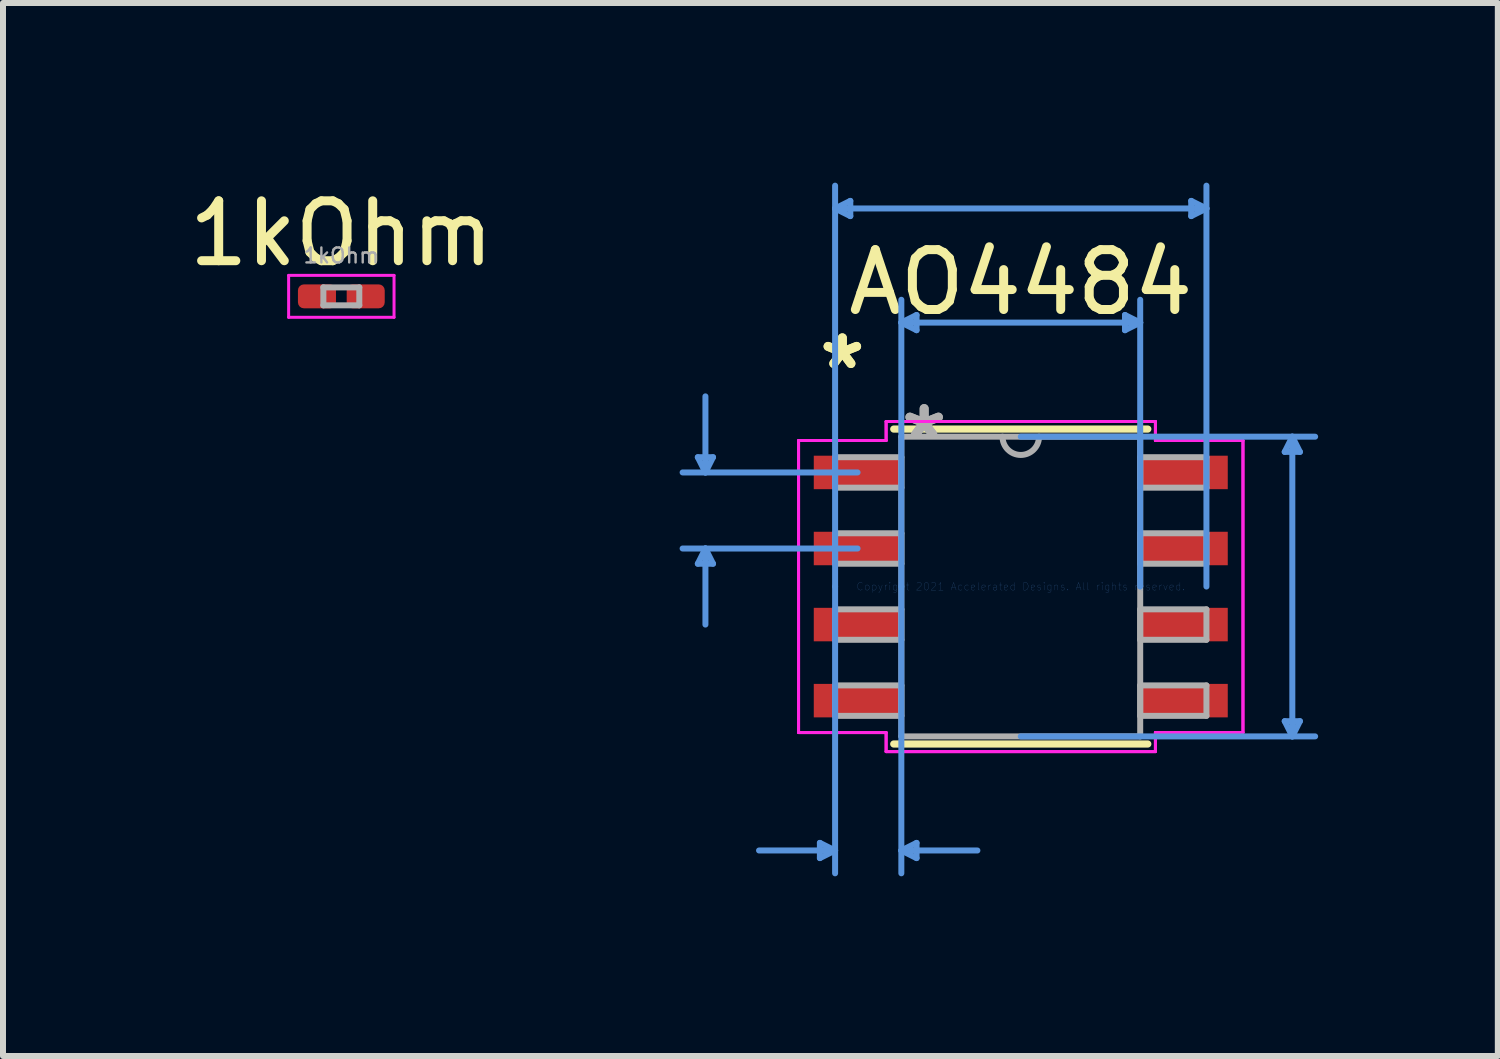
<source format=kicad_pcb>
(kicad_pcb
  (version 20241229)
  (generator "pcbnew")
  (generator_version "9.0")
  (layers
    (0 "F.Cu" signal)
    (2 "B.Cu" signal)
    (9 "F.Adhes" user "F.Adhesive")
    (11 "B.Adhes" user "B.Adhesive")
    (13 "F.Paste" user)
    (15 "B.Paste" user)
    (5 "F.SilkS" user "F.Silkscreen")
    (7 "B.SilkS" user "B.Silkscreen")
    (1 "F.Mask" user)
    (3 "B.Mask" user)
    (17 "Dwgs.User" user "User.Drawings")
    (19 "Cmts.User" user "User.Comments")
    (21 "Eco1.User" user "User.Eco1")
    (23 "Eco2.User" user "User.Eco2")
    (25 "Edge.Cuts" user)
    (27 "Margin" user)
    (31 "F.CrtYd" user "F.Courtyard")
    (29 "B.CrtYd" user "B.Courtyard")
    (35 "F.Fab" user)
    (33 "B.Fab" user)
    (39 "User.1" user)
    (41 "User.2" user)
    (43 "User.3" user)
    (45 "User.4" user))
  (footprint "AO4484"
    (layer "F.Cu")
    (at 13.993 6.743)
    (property "Reference" "AO4484" (at 0 -5.08 0) (layer "F.SilkS") (effects (font (size 1 1) (thickness 0.15))))
    (attr through_hole)
    (fp_line (start -2.121 2.629) (end 2.121 2.629) (stroke (width 0.12) (type solid)) (layer "F.SilkS"))
    (fp_line (start 2.121 -2.629) (end -2.121 -2.629) (stroke (width 0.12) (type solid)) (layer "F.SilkS"))
    (fp_line (start -5.392 -2.159) (end -5.138 -2.159) (stroke (width 0.1) (type solid)) (layer "Cmts.User"))
    (fp_line (start -5.392 -0.381) (end -5.138 -0.381) (stroke (width 0.1) (type solid)) (layer "Cmts.User"))
    (fp_line (start -5.265 -1.905) (end -5.392 -2.159) (stroke (width 0.1) (type solid)) (layer "Cmts.User"))
    (fp_line (start -5.265 -1.905) (end -5.265 -3.175) (stroke (width 0.1) (type solid)) (layer "Cmts.User"))
    (fp_line (start -5.265 -1.905) (end -5.138 -2.159) (stroke (width 0.1) (type solid)) (layer "Cmts.User"))
    (fp_line (start -5.265 -0.635) (end -5.392 -0.381) (stroke (width 0.1) (type solid)) (layer "Cmts.User"))
    (fp_line (start -5.265 -0.635) (end -5.265 0.635) (stroke (width 0.1) (type solid)) (layer "Cmts.User"))
    (fp_line (start -5.265 -0.635) (end -5.138 -0.381) (stroke (width 0.1) (type solid)) (layer "Cmts.User"))
    (fp_line (start -3.354 4.28) (end -3.354 4.534) (stroke (width 0.1) (type solid)) (layer "Cmts.User"))
    (fp_line (start -3.1 -6.312) (end -2.846 -6.439) (stroke (width 0.1) (type solid)) (layer "Cmts.User"))
    (fp_line (start -3.1 -6.312) (end -2.846 -6.185) (stroke (width 0.1) (type solid)) (layer "Cmts.User"))
    (fp_line (start -3.1 -6.312) (end 3.1 -6.312) (stroke (width 0.1) (type solid)) (layer "Cmts.User"))
    (fp_line (start -3.1 0) (end -3.1 -6.693) (stroke (width 0.1) (type solid)) (layer "Cmts.User"))
    (fp_line (start -3.1 0) (end -3.1 4.788) (stroke (width 0.1) (type solid)) (layer "Cmts.User"))
    (fp_line (start -3.1 4.407) (end -4.37 4.407) (stroke (width 0.1) (type solid)) (layer "Cmts.User"))
    (fp_line (start -3.1 4.407) (end -3.354 4.28) (stroke (width 0.1) (type solid)) (layer "Cmts.User"))
    (fp_line (start -3.1 4.407) (end -3.354 4.534) (stroke (width 0.1) (type solid)) (layer "Cmts.User"))
    (fp_line (start -2.846 -6.439) (end -2.846 -6.185) (stroke (width 0.1) (type solid)) (layer "Cmts.User"))
    (fp_line (start -2.725 -1.905) (end -5.646 -1.905) (stroke (width 0.1) (type solid)) (layer "Cmts.User"))
    (fp_line (start -2.725 -0.635) (end -5.646 -0.635) (stroke (width 0.1) (type solid)) (layer "Cmts.User"))
    (fp_line (start -1.994 -4.407) (end -1.74 -4.534) (stroke (width 0.1) (type solid)) (layer "Cmts.User"))
    (fp_line (start -1.994 -4.407) (end -1.74 -4.28) (stroke (width 0.1) (type solid)) (layer "Cmts.User"))
    (fp_line (start -1.994 -4.407) (end 1.994 -4.407) (stroke (width 0.1) (type solid)) (layer "Cmts.User"))
    (fp_line (start -1.994 0) (end -1.994 -4.788) (stroke (width 0.1) (type solid)) (layer "Cmts.User"))
    (fp_line (start -1.994 0) (end -1.994 4.788) (stroke (width 0.1) (type solid)) (layer "Cmts.User"))
    (fp_line (start -1.994 4.407) (end -1.74 4.28) (stroke (width 0.1) (type solid)) (layer "Cmts.User"))
    (fp_line (start -1.994 4.407) (end -1.74 4.534) (stroke (width 0.1) (type solid)) (layer "Cmts.User"))
    (fp_line (start -1.994 4.407) (end -0.724 4.407) (stroke (width 0.1) (type solid)) (layer "Cmts.User"))
    (fp_line (start -1.74 -4.534) (end -1.74 -4.28) (stroke (width 0.1) (type solid)) (layer "Cmts.User"))
    (fp_line (start -1.74 4.28) (end -1.74 4.534) (stroke (width 0.1) (type solid)) (layer "Cmts.User"))
    (fp_line (start 0 -2.502) (end 4.915 -2.502) (stroke (width 0.1) (type solid)) (layer "Cmts.User"))
    (fp_line (start 0 2.502) (end 4.915 2.502) (stroke (width 0.1) (type solid)) (layer "Cmts.User"))
    (fp_line (start 1.74 -4.534) (end 1.74 -4.28) (stroke (width 0.1) (type solid)) (layer "Cmts.User"))
    (fp_line (start 1.994 -4.407) (end 1.74 -4.534) (stroke (width 0.1) (type solid)) (layer "Cmts.User"))
    (fp_line (start 1.994 -4.407) (end 1.74 -4.28) (stroke (width 0.1) (type solid)) (layer "Cmts.User"))
    (fp_line (start 1.994 0) (end 1.994 -4.788) (stroke (width 0.1) (type solid)) (layer "Cmts.User"))
    (fp_line (start 2.846 -6.439) (end 2.846 -6.185) (stroke (width 0.1) (type solid)) (layer "Cmts.User"))
    (fp_line (start 3.1 -6.312) (end 2.846 -6.439) (stroke (width 0.1) (type solid)) (layer "Cmts.User"))
    (fp_line (start 3.1 -6.312) (end 2.846 -6.185) (stroke (width 0.1) (type solid)) (layer "Cmts.User"))
    (fp_line (start 3.1 0) (end 3.1 -6.693) (stroke (width 0.1) (type solid)) (layer "Cmts.User"))
    (fp_line (start 4.407 -2.248) (end 4.661 -2.248) (stroke (width 0.1) (type solid)) (layer "Cmts.User"))
    (fp_line (start 4.407 2.248) (end 4.661 2.248) (stroke (width 0.1) (type solid)) (layer "Cmts.User"))
    (fp_line (start 4.534 -2.502) (end 4.407 -2.248) (stroke (width 0.1) (type solid)) (layer "Cmts.User"))
    (fp_line (start 4.534 -2.502) (end 4.534 2.502) (stroke (width 0.1) (type solid)) (layer "Cmts.User"))
    (fp_line (start 4.534 -2.502) (end 4.661 -2.248) (stroke (width 0.1) (type solid)) (layer "Cmts.User"))
    (fp_line (start 4.534 2.502) (end 4.407 2.248) (stroke (width 0.1) (type solid)) (layer "Cmts.User"))
    (fp_line (start 4.534 2.502) (end 4.661 2.248) (stroke (width 0.1) (type solid)) (layer "Cmts.User"))
    (fp_line (start -3.71 -2.438) (end -2.248 -2.438) (stroke (width 0.05) (type solid)) (layer "F.CrtYd"))
    (fp_line (start -3.71 -2.438) (end -2.248 -2.438) (stroke (width 0.05) (type solid)) (layer "F.CrtYd"))
    (fp_line (start -3.71 2.438) (end -3.71 -2.438) (stroke (width 0.05) (type solid)) (layer "F.CrtYd"))
    (fp_line (start -3.71 2.438) (end -3.71 -2.438) (stroke (width 0.05) (type solid)) (layer "F.CrtYd"))
    (fp_line (start -3.71 2.438) (end -2.248 2.438) (stroke (width 0.05) (type solid)) (layer "F.CrtYd"))
    (fp_line (start -2.248 -2.756) (end 2.248 -2.756) (stroke (width 0.05) (type solid)) (layer "F.CrtYd"))
    (fp_line (start -2.248 -2.756) (end 2.248 -2.756) (stroke (width 0.05) (type solid)) (layer "F.CrtYd"))
    (fp_line (start -2.248 -2.438) (end -2.248 -2.756) (stroke (width 0.05) (type solid)) (layer "F.CrtYd"))
    (fp_line (start -2.248 -2.438) (end -2.248 -2.756) (stroke (width 0.05) (type solid)) (layer "F.CrtYd"))
    (fp_line (start -2.248 2.438) (end -3.71 2.438) (stroke (width 0.05) (type solid)) (layer "F.CrtYd"))
    (fp_line (start -2.248 2.756) (end -2.248 2.438) (stroke (width 0.05) (type solid)) (layer "F.CrtYd"))
    (fp_line (start -2.248 2.756) (end -2.248 2.438) (stroke (width 0.05) (type solid)) (layer "F.CrtYd"))
    (fp_line (start 2.248 -2.756) (end 2.248 -2.438) (stroke (width 0.05) (type solid)) (layer "F.CrtYd"))
    (fp_line (start 2.248 -2.756) (end 2.248 -2.438) (stroke (width 0.05) (type solid)) (layer "F.CrtYd"))
    (fp_line (start 2.248 -2.438) (end 3.71 -2.438) (stroke (width 0.05) (type solid)) (layer "F.CrtYd"))
    (fp_line (start 2.248 2.438) (end 2.248 2.756) (stroke (width 0.05) (type solid)) (layer "F.CrtYd"))
    (fp_line (start 2.248 2.438) (end 2.248 2.756) (stroke (width 0.05) (type solid)) (layer "F.CrtYd"))
    (fp_line (start 2.248 2.756) (end -2.248 2.756) (stroke (width 0.05) (type solid)) (layer "F.CrtYd"))
    (fp_line (start 2.248 2.756) (end -2.248 2.756) (stroke (width 0.05) (type solid)) (layer "F.CrtYd"))
    (fp_line (start 3.71 -2.438) (end 2.248 -2.438) (stroke (width 0.05) (type solid)) (layer "F.CrtYd"))
    (fp_line (start 3.71 -2.438) (end 3.71 2.438) (stroke (width 0.05) (type solid)) (layer "F.CrtYd"))
    (fp_line (start 3.71 -2.438) (end 3.71 2.438) (stroke (width 0.05) (type solid)) (layer "F.CrtYd"))
    (fp_line (start 3.71 2.438) (end 2.248 2.438) (stroke (width 0.05) (type solid)) (layer "F.CrtYd"))
    (fp_line (start 3.71 2.438) (end 2.248 2.438) (stroke (width 0.05) (type solid)) (layer "F.CrtYd"))
    (fp_line (start -3.1 -2.159) (end -3.1 -1.651) (stroke (width 0.1) (type solid)) (layer "F.Fab"))
    (fp_line (start -3.1 -1.651) (end -1.994 -1.651) (stroke (width 0.1) (type solid)) (layer "F.Fab"))
    (fp_line (start -3.1 -0.889) (end -3.1 -0.381) (stroke (width 0.1) (type solid)) (layer "F.Fab"))
    (fp_line (start -3.1 -0.381) (end -1.994 -0.381) (stroke (width 0.1) (type solid)) (layer "F.Fab"))
    (fp_line (start -3.1 0.381) (end -3.1 0.889) (stroke (width 0.1) (type solid)) (layer "F.Fab"))
    (fp_line (start -3.1 0.889) (end -1.994 0.889) (stroke (width 0.1) (type solid)) (layer "F.Fab"))
    (fp_line (start -3.1 1.651) (end -3.1 2.159) (stroke (width 0.1) (type solid)) (layer "F.Fab"))
    (fp_line (start -3.1 2.159) (end -1.994 2.159) (stroke (width 0.1) (type solid)) (layer "F.Fab"))
    (fp_line (start -1.994 -2.502) (end -1.994 2.502) (stroke (width 0.1) (type solid)) (layer "F.Fab"))
    (fp_line (start -1.994 -2.159) (end -3.1 -2.159) (stroke (width 0.1) (type solid)) (layer "F.Fab"))
    (fp_line (start -1.994 -1.651) (end -1.994 -2.159) (stroke (width 0.1) (type solid)) (layer "F.Fab"))
    (fp_line (start -1.994 -0.889) (end -3.1 -0.889) (stroke (width 0.1) (type solid)) (layer "F.Fab"))
    (fp_line (start -1.994 -0.381) (end -1.994 -0.889) (stroke (width 0.1) (type solid)) (layer "F.Fab"))
    (fp_line (start -1.994 0.381) (end -3.1 0.381) (stroke (width 0.1) (type solid)) (layer "F.Fab"))
    (fp_line (start -1.994 0.889) (end -1.994 0.381) (stroke (width 0.1) (type solid)) (layer "F.Fab"))
    (fp_line (start -1.994 1.651) (end -3.1 1.651) (stroke (width 0.1) (type solid)) (layer "F.Fab"))
    (fp_line (start -1.994 2.159) (end -1.994 1.651) (stroke (width 0.1) (type solid)) (layer "F.Fab"))
    (fp_line (start -1.994 2.502) (end 1.994 2.502) (stroke (width 0.1) (type solid)) (layer "F.Fab"))
    (fp_line (start 1.994 -2.502) (end -1.994 -2.502) (stroke (width 0.1) (type solid)) (layer "F.Fab"))
    (fp_line (start 1.994 -2.159) (end 1.994 -1.651) (stroke (width 0.1) (type solid)) (layer "F.Fab"))
    (fp_line (start 1.994 -1.651) (end 3.1 -1.651) (stroke (width 0.1) (type solid)) (layer "F.Fab"))
    (fp_line (start 1.994 -0.889) (end 1.994 -0.381) (stroke (width 0.1) (type solid)) (layer "F.Fab"))
    (fp_line (start 1.994 -0.381) (end 3.1 -0.381) (stroke (width 0.1) (type solid)) (layer "F.Fab"))
    (fp_line (start 1.994 0.381) (end 1.994 0.889) (stroke (width 0.1) (type solid)) (layer "F.Fab"))
    (fp_line (start 1.994 0.889) (end 3.1 0.889) (stroke (width 0.1) (type solid)) (layer "F.Fab"))
    (fp_line (start 1.994 1.651) (end 1.994 2.159) (stroke (width 0.1) (type solid)) (layer "F.Fab"))
    (fp_line (start 1.994 2.159) (end 3.1 2.159) (stroke (width 0.1) (type solid)) (layer "F.Fab"))
    (fp_line (start 1.994 2.502) (end 1.994 -2.502) (stroke (width 0.1) (type solid)) (layer "F.Fab"))
    (fp_line (start 3.1 -2.159) (end 1.994 -2.159) (stroke (width 0.1) (type solid)) (layer "F.Fab"))
    (fp_line (start 3.1 -1.651) (end 3.1 -2.159) (stroke (width 0.1) (type solid)) (layer "F.Fab"))
    (fp_line (start 3.1 -0.889) (end 1.994 -0.889) (stroke (width 0.1) (type solid)) (layer "F.Fab"))
    (fp_line (start 3.1 -0.381) (end 3.1 -0.889) (stroke (width 0.1) (type solid)) (layer "F.Fab"))
    (fp_line (start 3.1 0.381) (end 1.994 0.381) (stroke (width 0.1) (type solid)) (layer "F.Fab"))
    (fp_line (start 3.1 0.889) (end 3.1 0.381) (stroke (width 0.1) (type solid)) (layer "F.Fab"))
    (fp_line (start 3.1 1.651) (end 1.994 1.651) (stroke (width 0.1) (type solid)) (layer "F.Fab"))
    (fp_line (start 3.1 2.159) (end 3.1 1.651) (stroke (width 0.1) (type solid)) (layer "F.Fab"))
    (fp_arc (start 0.3048 -2.5019) (mid 0 -2.1971) (end -0.3048 -2.5019) (stroke (width 0.1) (type solid)) (layer "F.Fab"))
    (fp_text user "*" (at -2.979 -3.607 0) (layer "F.SilkS") (effects (font (size 1 1) (thickness 0.15))))
    (fp_text user "*" (at -2.979 -3.607 0) (layer "F.SilkS") (effects (font (size 1 1) (thickness 0.15))))
    (fp_text user "Copyright 2021 Accelerated Designs. All rights reserved." (at 0 0 0) (layer "Cmts.User") (effects (font (size 0.127 0.127) (thickness 0.002))))
    (fp_text user "*" (at -1.613 -2.426 0) (layer "F.Fab") (effects (font (size 1 1) (thickness 0.15))))
    (fp_text user "*" (at -1.613 -2.426 0) (layer "F.Fab") (effects (font (size 1 1) (thickness 0.15))))
    (pad "1" smd rect (at -2.725 -1.905) (size 1.462 0.559) (layers "F.Cu" "F.Mask" "F.Paste"))
    (pad "2" smd rect (at -2.725 -0.635) (size 1.462 0.559) (layers "F.Cu" "F.Mask" "F.Paste"))
    (pad "3" smd rect (at -2.725 0.635) (size 1.462 0.559) (layers "F.Cu" "F.Mask" "F.Paste"))
    (pad "4" smd rect (at -2.725 1.905) (size 1.462 0.559) (layers "F.Cu" "F.Mask" "F.Paste"))
    (pad "5" smd rect (at 2.725 1.905) (size 1.462 0.559) (layers "F.Cu" "F.Mask" "F.Paste"))
    (pad "6" smd rect (at 2.725 0.635) (size 1.462 0.559) (layers "F.Cu" "F.Mask" "F.Paste"))
    (pad "7" smd rect (at 2.725 -0.635) (size 1.462 0.559) (layers "F.Cu" "F.Mask" "F.Paste"))
    (pad "8" smd rect (at 2.725 -1.905) (size 1.462 0.559) (layers "F.Cu" "F.Mask" "F.Paste")))
  (footprint "1kOhm"
    (layer "F.Cu")
    (at 2.649 1.898)
    (property "Reference" "1kOhm" (at 0 -1.05 0) (layer "F.SilkS") (effects (font (size 1 1) (thickness 0.15))))
    (attr smd)
    (fp_line (start -0.88 -0.35) (end 0.88 -0.35) (stroke (width 0.05) (type solid)) (layer "F.CrtYd"))
    (fp_line (start -0.88 0.35) (end -0.88 -0.35) (stroke (width 0.05) (type solid)) (layer "F.CrtYd"))
    (fp_line (start 0.88 -0.35) (end 0.88 0.35) (stroke (width 0.05) (type solid)) (layer "F.CrtYd"))
    (fp_line (start 0.88 0.35) (end -0.88 0.35) (stroke (width 0.05) (type solid)) (layer "F.CrtYd"))
    (fp_line (start -0.3 -0.15) (end 0.3 -0.15) (stroke (width 0.1) (type solid)) (layer "F.Fab"))
    (fp_line (start -0.3 0.15) (end -0.3 -0.15) (stroke (width 0.1) (type solid)) (layer "F.Fab"))
    (fp_line (start 0.3 -0.15) (end 0.3 0.15) (stroke (width 0.1) (type solid)) (layer "F.Fab"))
    (fp_line (start 0.3 0.15) (end -0.3 0.15) (stroke (width 0.1) (type solid)) (layer "F.Fab"))
    (fp_text user "${REFERENCE}" (at 0 -0.68 0) (layer "F.Fab") (effects (font (size 0.25 0.25) (thickness 0.04))))
    (pad "" smd roundrect (at -0.432 0) (size 0.458 0.36) (layers "F.Paste") (roundrect_rratio 0.25))
    (pad "" smd roundrect (at 0.432 0) (size 0.458 0.36) (layers "F.Paste") (roundrect_rratio 0.25))
    (pad "1" smd roundrect (at -0.407 0) (size 0.635 0.4) (layers "F.Cu" "F.Mask") (roundrect_rratio 0.25))
    (pad "2" smd roundrect (at 0.407 0) (size 0.635 0.4) (layers "F.Cu" "F.Mask") (roundrect_rratio 0.25)))
  (gr_rect
    (start -3 -3)
    (end 21.958 14.581)
    (stroke (width 0.1) (type default))
    (fill no)
    (layer "Edge.Cuts")))
</source>
